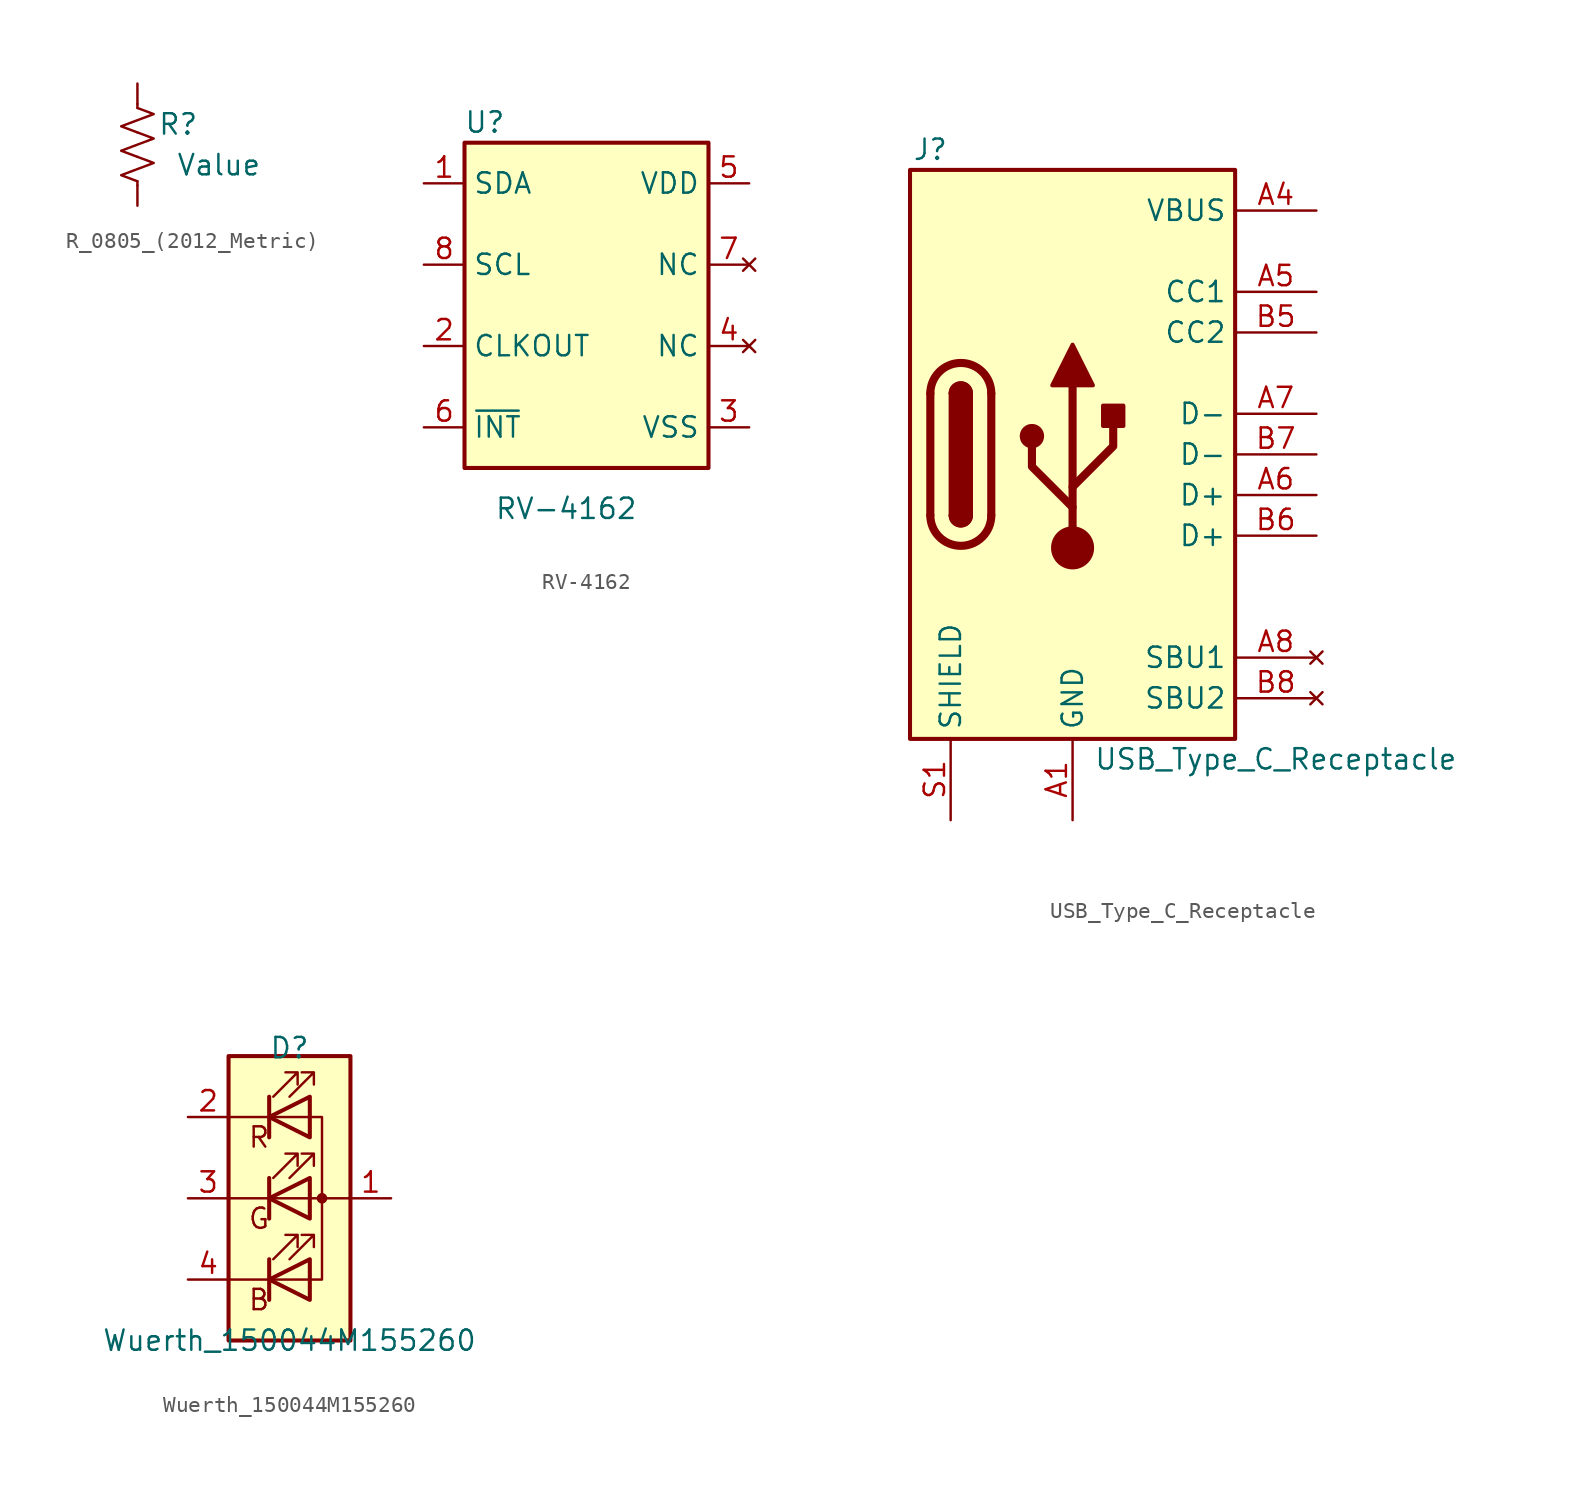
<source format=kicad_sym>
(kicad_symbol_lib
  (version 20220914)
  (generator kicad_symbol_editor)
  (symbol "R_0805_(2012_Metric)"
    (pin_numbers hide)
    (pin_names hide)
    (property "Reference" "R"
      (at 2.54 1.27 0)
      (effects (font (size 1.27 1.27))))
    (property "Value" "Value"
      (at 5.08 -1.27 0)
      (effects (font (size 1.27 1.27))))
    (symbol "R_0805_(2012_Metric)_0_1"
      (polyline (pts (xy 0 -2.286) (xy 0 -2.54)) (stroke (width 0) (type default)) (fill (type none)))
      (polyline (pts (xy 0 2.286) (xy 0 2.54)) (stroke (width 0) (type default)) (fill (type none)))
      (polyline (pts (xy 0 -0.762) (xy 1.016 -1.143) (xy 0 -1.524) (xy -1.016 -1.905) (xy 0 -2.286)) (stroke (width 0) (type default)) (fill (type none)))
      (polyline (pts (xy 0 0.762) (xy 1.016 0.381) (xy 0 0) (xy -1.016 -0.381) (xy 0 -0.762)) (stroke (width 0) (type default)) (fill (type none)))
      (polyline (pts (xy 0 2.286) (xy 1.016 1.905) (xy 0 1.524) (xy -1.016 1.143) (xy 0 0.762)) (stroke (width 0) (type default)) (fill (type none))))
    (symbol "R_0805_(2012_Metric)_1_1"
      (pin passive line (at 0 3.81 270) (length 1.27) (name "~" (effects (font (size 1.27 1.27)))) (number "1" (effects (font (size 1.27 1.27)))))
      (pin passive line (at 0 -3.81 90) (length 1.27) (name "~" (effects (font (size 1.27 1.27)))) (number "2" (effects (font (size 1.27 1.27)))))))
  (symbol "RV-4162"
    (property "Reference" "U"
      (at 1.27 19.05 0)
      (effects (font (size 1.27 1.27))))
    (property "Value" "RV-4162"
      (at 6.35 -5.08 0)
      (effects (font (size 1.27 1.27))))
    (symbol "RV-4162_0_0"
      (pin open_collector line (at -2.54 15.24 0) (length 2.54) (name "SDA" (effects (font (size 1.27 1.27)))) (number "1" (effects (font (size 1.27 1.27)))))
      (pin no_connect line (at 17.78 5.08 180) (length 2.54) (name "NC" (effects (font (size 1.27 1.27)))) (number "4" (effects (font (size 1.27 1.27)))))
      (pin no_connect line (at 17.78 10.16 180) (length 2.54) (name "NC" (effects (font (size 1.27 1.27)))) (number "7" (effects (font (size 1.27 1.27))))))
    (symbol "RV-4162_0_1"
      (rectangle (start 0 17.78) (end 15.24 -2.54) (stroke (width 0.254) (type default)) (fill (type background))))
    (symbol "RV-4162_1_0"
      (pin output line (at -2.54 5.08 0) (length 2.54) (name "CLKOUT" (effects (font (size 1.27 1.27)))) (number "2" (effects (font (size 1.27 1.27)))))
      (pin power_in line (at 17.78 0 180) (length 2.54) (name "VSS" (effects (font (size 1.27 1.27)))) (number "3" (effects (font (size 1.27 1.27)))))
      (pin power_in line (at 17.78 15.24 180) (length 2.54) (name "VDD" (effects (font (size 1.27 1.27)))) (number "5" (effects (font (size 1.27 1.27)))))
      (pin open_collector line (at -2.54 0 0) (length 2.54) (name "~{INT}" (effects (font (size 1.27 1.27)))) (number "6" (effects (font (size 1.27 1.27)))))
      (pin open_collector line (at -2.54 10.16 0) (length 2.54) (name "SCL" (effects (font (size 1.27 1.27)))) (number "8" (effects (font (size 1.27 1.27)))))))
  (symbol "USB_Type_C_Receptacle"
    (property "Reference" "J"
      (at 1.27 36.83 0)
      (effects (font (size 1.27 1.27))))
    (property "Value" "USB_Type_C_Receptacle"
      (at 22.86 -1.27 0)
      (effects (font (size 1.27 1.27))))
    (symbol "USB_Type_C_Receptacle_0_1"
      (polyline (pts (xy 1.27 13.97) (xy 1.27 21.59)) (stroke (width 0.508) (type default)) (fill (type none)))
      (polyline (pts (xy 5.08 21.59) (xy 5.08 13.97)) (stroke (width 0.508) (type default)) (fill (type none)))
      (polyline (pts (xy 10.16 11.938) (xy 10.16 22.098)) (stroke (width 0.508) (type default)) (fill (type none)))
      (polyline (pts (xy 10.16 14.478) (xy 7.62 17.018) (xy 7.62 18.288)) (stroke (width 0.508) (type default)) (fill (type none)))
      (polyline (pts (xy 10.16 15.748) (xy 12.7 18.288) (xy 12.7 19.558)) (stroke (width 0.508) (type default)) (fill (type none)))
      (polyline (pts (xy 8.89 22.098) (xy 10.16 24.638) (xy 11.43 22.098) (xy 8.89 22.098)) (stroke (width 0.254) (type default)) (fill (type outline)))
      (rectangle (start 0 35.56) (end 20.32 0) (stroke (width 0.254) (type default)) (fill (type background)))
      (arc (start 1.27 13.97) (mid 3.175 12.0733) (end 5.08 13.97) (stroke (width 0.508) (type default)) (fill (type none)))
      (arc (start 2.54 13.97) (mid 3.175 13.3377) (end 3.81 13.97) (stroke (width 0.254) (type default)) (fill (type none)))
      (arc (start 2.54 13.97) (mid 3.175 13.3377) (end 3.81 13.97) (stroke (width 0.254) (type default)) (fill (type outline)))
      (rectangle (start 2.54 13.97) (end 3.81 21.59) (stroke (width 0.254) (type default)) (fill (type outline)))
      (arc (start 3.81 21.59) (mid 3.175 22.2223) (end 2.54 21.59) (stroke (width 0.254) (type default)) (fill (type none)))
      (arc (start 3.81 21.59) (mid 3.175 22.2223) (end 2.54 21.59) (stroke (width 0.254) (type default)) (fill (type outline)))
      (arc (start 5.08 21.59) (mid 3.175 23.4867) (end 1.27 21.59) (stroke (width 0.508) (type default)) (fill (type none)))
      (circle (center 7.62 18.923) (radius 0.635) (stroke (width 0.254) (type default)) (fill (type outline)))
      (circle (center 10.16 11.938) (radius 1.27) (stroke (width 0) (type default)) (fill (type outline)))
      (rectangle (start 12.065 19.558) (end 13.335 20.828) (stroke (width 0.254) (type default)) (fill (type outline))))
    (symbol "USB_Type_C_Receptacle_1_1"
      (pin passive line (at 10.16 -5.08 90) (length 5.08) (name "GND" (effects (font (size 1.27 1.27)))) (number "A1" (effects (font (size 1.27 1.27)))))
      (pin passive line (at 10.16 -5.08 90) (length 5.08) hide (name "GND" (effects (font (size 1.27 1.27)))) (number "A12" (effects (font (size 1.27 1.27)))))
      (pin passive line (at 25.4 33.02 180) (length 5.08) (name "VBUS" (effects (font (size 1.27 1.27)))) (number "A4" (effects (font (size 1.27 1.27)))))
      (pin bidirectional line (at 25.4 27.94 180) (length 5.08) (name "CC1" (effects (font (size 1.27 1.27)))) (number "A5" (effects (font (size 1.27 1.27)))))
      (pin bidirectional line (at 25.4 15.24 180) (length 5.08) (name "D+" (effects (font (size 1.27 1.27)))) (number "A6" (effects (font (size 1.27 1.27)))))
      (pin bidirectional line (at 25.4 20.32 180) (length 5.08) (name "D-" (effects (font (size 1.27 1.27)))) (number "A7" (effects (font (size 1.27 1.27)))))
      (pin no_connect line (at 25.4 5.08 180) (length 5.08) (name "SBU1" (effects (font (size 1.27 1.27)))) (number "A8" (effects (font (size 1.27 1.27)))))
      (pin passive line (at 25.4 33.02 180) (length 5.08) hide (name "VBUS" (effects (font (size 1.27 1.27)))) (number "A9" (effects (font (size 1.27 1.27)))))
      (pin passive line (at 10.16 -5.08 90) (length 5.08) hide (name "GND" (effects (font (size 1.27 1.27)))) (number "B1" (effects (font (size 1.27 1.27)))))
      (pin passive line (at 10.16 -5.08 90) (length 5.08) hide (name "GND" (effects (font (size 1.27 1.27)))) (number "B12" (effects (font (size 1.27 1.27)))))
      (pin passive line (at 25.4 33.02 180) (length 5.08) hide (name "VBUS" (effects (font (size 1.27 1.27)))) (number "B4" (effects (font (size 1.27 1.27)))))
      (pin bidirectional line (at 25.4 25.4 180) (length 5.08) (name "CC2" (effects (font (size 1.27 1.27)))) (number "B5" (effects (font (size 1.27 1.27)))))
      (pin bidirectional line (at 25.4 12.7 180) (length 5.08) (name "D+" (effects (font (size 1.27 1.27)))) (number "B6" (effects (font (size 1.27 1.27)))))
      (pin bidirectional line (at 25.4 17.78 180) (length 5.08) (name "D-" (effects (font (size 1.27 1.27)))) (number "B7" (effects (font (size 1.27 1.27)))))
      (pin no_connect line (at 25.4 2.54 180) (length 5.08) (name "SBU2" (effects (font (size 1.27 1.27)))) (number "B8" (effects (font (size 1.27 1.27)))))
      (pin passive line (at 25.4 33.02 180) (length 5.08) hide (name "VBUS" (effects (font (size 1.27 1.27)))) (number "B9" (effects (font (size 1.27 1.27)))))
      (pin passive line (at 2.54 -5.08 90) (length 5.08) (name "SHIELD" (effects (font (size 1.27 1.27)))) (number "S1" (effects (font (size 1.27 1.27)))))))
  (symbol "Wuerth_150044M155260"
    (pin_names
      (offset 0) hide)
    (property "Reference" "D"
      (at 0 9.398 0)
      (effects (font (size 1.27 1.27))))
    (property "Value" "Wuerth_150044M155260"
      (at 0 -8.89 0)
      (effects (font (size 1.27 1.27))))
    (symbol "Wuerth_150044M155260_0_0"
      (text "B" (at -1.905 -6.35 0) (effects (font (size 1.27 1.27))))
      (text "G" (at -1.905 -1.27 0) (effects (font (size 1.27 1.27))))
      (text "R" (at -1.905 3.81 0) (effects (font (size 1.27 1.27)))))
    (symbol "Wuerth_150044M155260_0_1"
      (rectangle (start -3.81 8.89) (end 3.81 -8.89) (stroke (width 0.254) (type default)) (fill (type background)))
      (polyline (pts (xy -1.27 -5.08) (xy -3.81 -5.08)) (stroke (width 0) (type default)) (fill (type none)))
      (polyline (pts (xy -1.27 -5.08) (xy 1.27 -5.08)) (stroke (width 0) (type default)) (fill (type none)))
      (polyline (pts (xy -1.27 -3.81) (xy -1.27 -6.35)) (stroke (width 0.254) (type default)) (fill (type none)))
      (polyline (pts (xy -1.27 0) (xy -3.81 0)) (stroke (width 0) (type default)) (fill (type none)))
      (polyline (pts (xy -1.27 1.27) (xy -1.27 -1.27)) (stroke (width 0.254) (type default)) (fill (type none)))
      (polyline (pts (xy -1.27 5.08) (xy -3.81 5.08)) (stroke (width 0) (type default)) (fill (type none)))
      (polyline (pts (xy -1.27 5.08) (xy 1.27 5.08)) (stroke (width 0) (type default)) (fill (type none)))
      (polyline (pts (xy -1.27 6.35) (xy -1.27 3.81)) (stroke (width 0.254) (type default)) (fill (type none)))
      (polyline (pts (xy 1.27 0) (xy -1.27 0)) (stroke (width 0) (type default)) (fill (type none)))
      (polyline (pts (xy 1.27 0) (xy 3.81 0)) (stroke (width 0) (type default)) (fill (type none)))
      (polyline (pts (xy -1.27 1.27) (xy -1.27 -1.27) (xy -1.27 -1.27)) (stroke (width 0) (type default)) (fill (type none)))
      (polyline (pts (xy -1.27 6.35) (xy -1.27 3.81) (xy -1.27 3.81)) (stroke (width 0) (type default)) (fill (type none)))
      (polyline (pts (xy 1.27 -5.08) (xy 2.032 -5.08) (xy 2.032 5.08) (xy 1.27 5.08)) (stroke (width 0) (type default)) (fill (type none)))
      (polyline (pts (xy 1.27 -3.81) (xy 1.27 -6.35) (xy -1.27 -5.08) (xy 1.27 -3.81)) (stroke (width 0.254) (type default)) (fill (type none)))
      (polyline (pts (xy 1.27 1.27) (xy 1.27 -1.27) (xy -1.27 0) (xy 1.27 1.27)) (stroke (width 0.254) (type default)) (fill (type none)))
      (polyline (pts (xy 1.27 6.35) (xy 1.27 3.81) (xy -1.27 5.08) (xy 1.27 6.35)) (stroke (width 0.254) (type default)) (fill (type none)))
      (polyline (pts (xy -1.016 -3.81) (xy 0.508 -2.286) (xy -0.254 -2.286) (xy 0.508 -2.286) (xy 0.508 -3.048)) (stroke (width 0) (type default)) (fill (type none)))
      (polyline (pts (xy -1.016 1.27) (xy 0.508 2.794) (xy -0.254 2.794) (xy 0.508 2.794) (xy 0.508 2.032)) (stroke (width 0) (type default)) (fill (type none)))
      (polyline (pts (xy -1.016 6.35) (xy 0.508 7.874) (xy -0.254 7.874) (xy 0.508 7.874) (xy 0.508 7.112)) (stroke (width 0) (type default)) (fill (type none)))
      (polyline (pts (xy 0 -3.81) (xy 1.524 -2.286) (xy 0.762 -2.286) (xy 1.524 -2.286) (xy 1.524 -3.048)) (stroke (width 0) (type default)) (fill (type none)))
      (polyline (pts (xy 0 1.27) (xy 1.524 2.794) (xy 0.762 2.794) (xy 1.524 2.794) (xy 1.524 2.032)) (stroke (width 0) (type default)) (fill (type none)))
      (polyline (pts (xy 0 6.35) (xy 1.524 7.874) (xy 0.762 7.874) (xy 1.524 7.874) (xy 1.524 7.112)) (stroke (width 0) (type default)) (fill (type none)))
      (rectangle (start 1.27 -1.27) (end 1.27 1.27) (stroke (width 0) (type default)) (fill (type none)))
      (rectangle (start 1.27 1.27) (end 1.27 1.27) (stroke (width 0) (type default)) (fill (type none)))
      (rectangle (start 1.27 3.81) (end 1.27 6.35) (stroke (width 0) (type default)) (fill (type none)))
      (rectangle (start 1.27 6.35) (end 1.27 6.35) (stroke (width 0) (type default)) (fill (type none)))
      (circle (center 2.032 0) (radius 0.254) (stroke (width 0) (type default)) (fill (type outline))))
    (symbol "Wuerth_150044M155260_1_1"
      (pin passive line (at 6.35 0 180) (length 2.54) (name "A" (effects (font (size 1.27 1.27)))) (number "1" (effects (font (size 1.27 1.27)))))
      (pin passive line (at -6.35 5.08 0) (length 2.54) (name "RK" (effects (font (size 1.27 1.27)))) (number "2" (effects (font (size 1.27 1.27)))))
      (pin passive line (at -6.35 0 0) (length 2.54) (name "GK" (effects (font (size 1.27 1.27)))) (number "3" (effects (font (size 1.27 1.27)))))
      (pin passive line (at -6.35 -5.08 0) (length 2.54) (name "BK" (effects (font (size 1.27 1.27)))) (number "4" (effects (font (size 1.27 1.27))))))))
</source>
